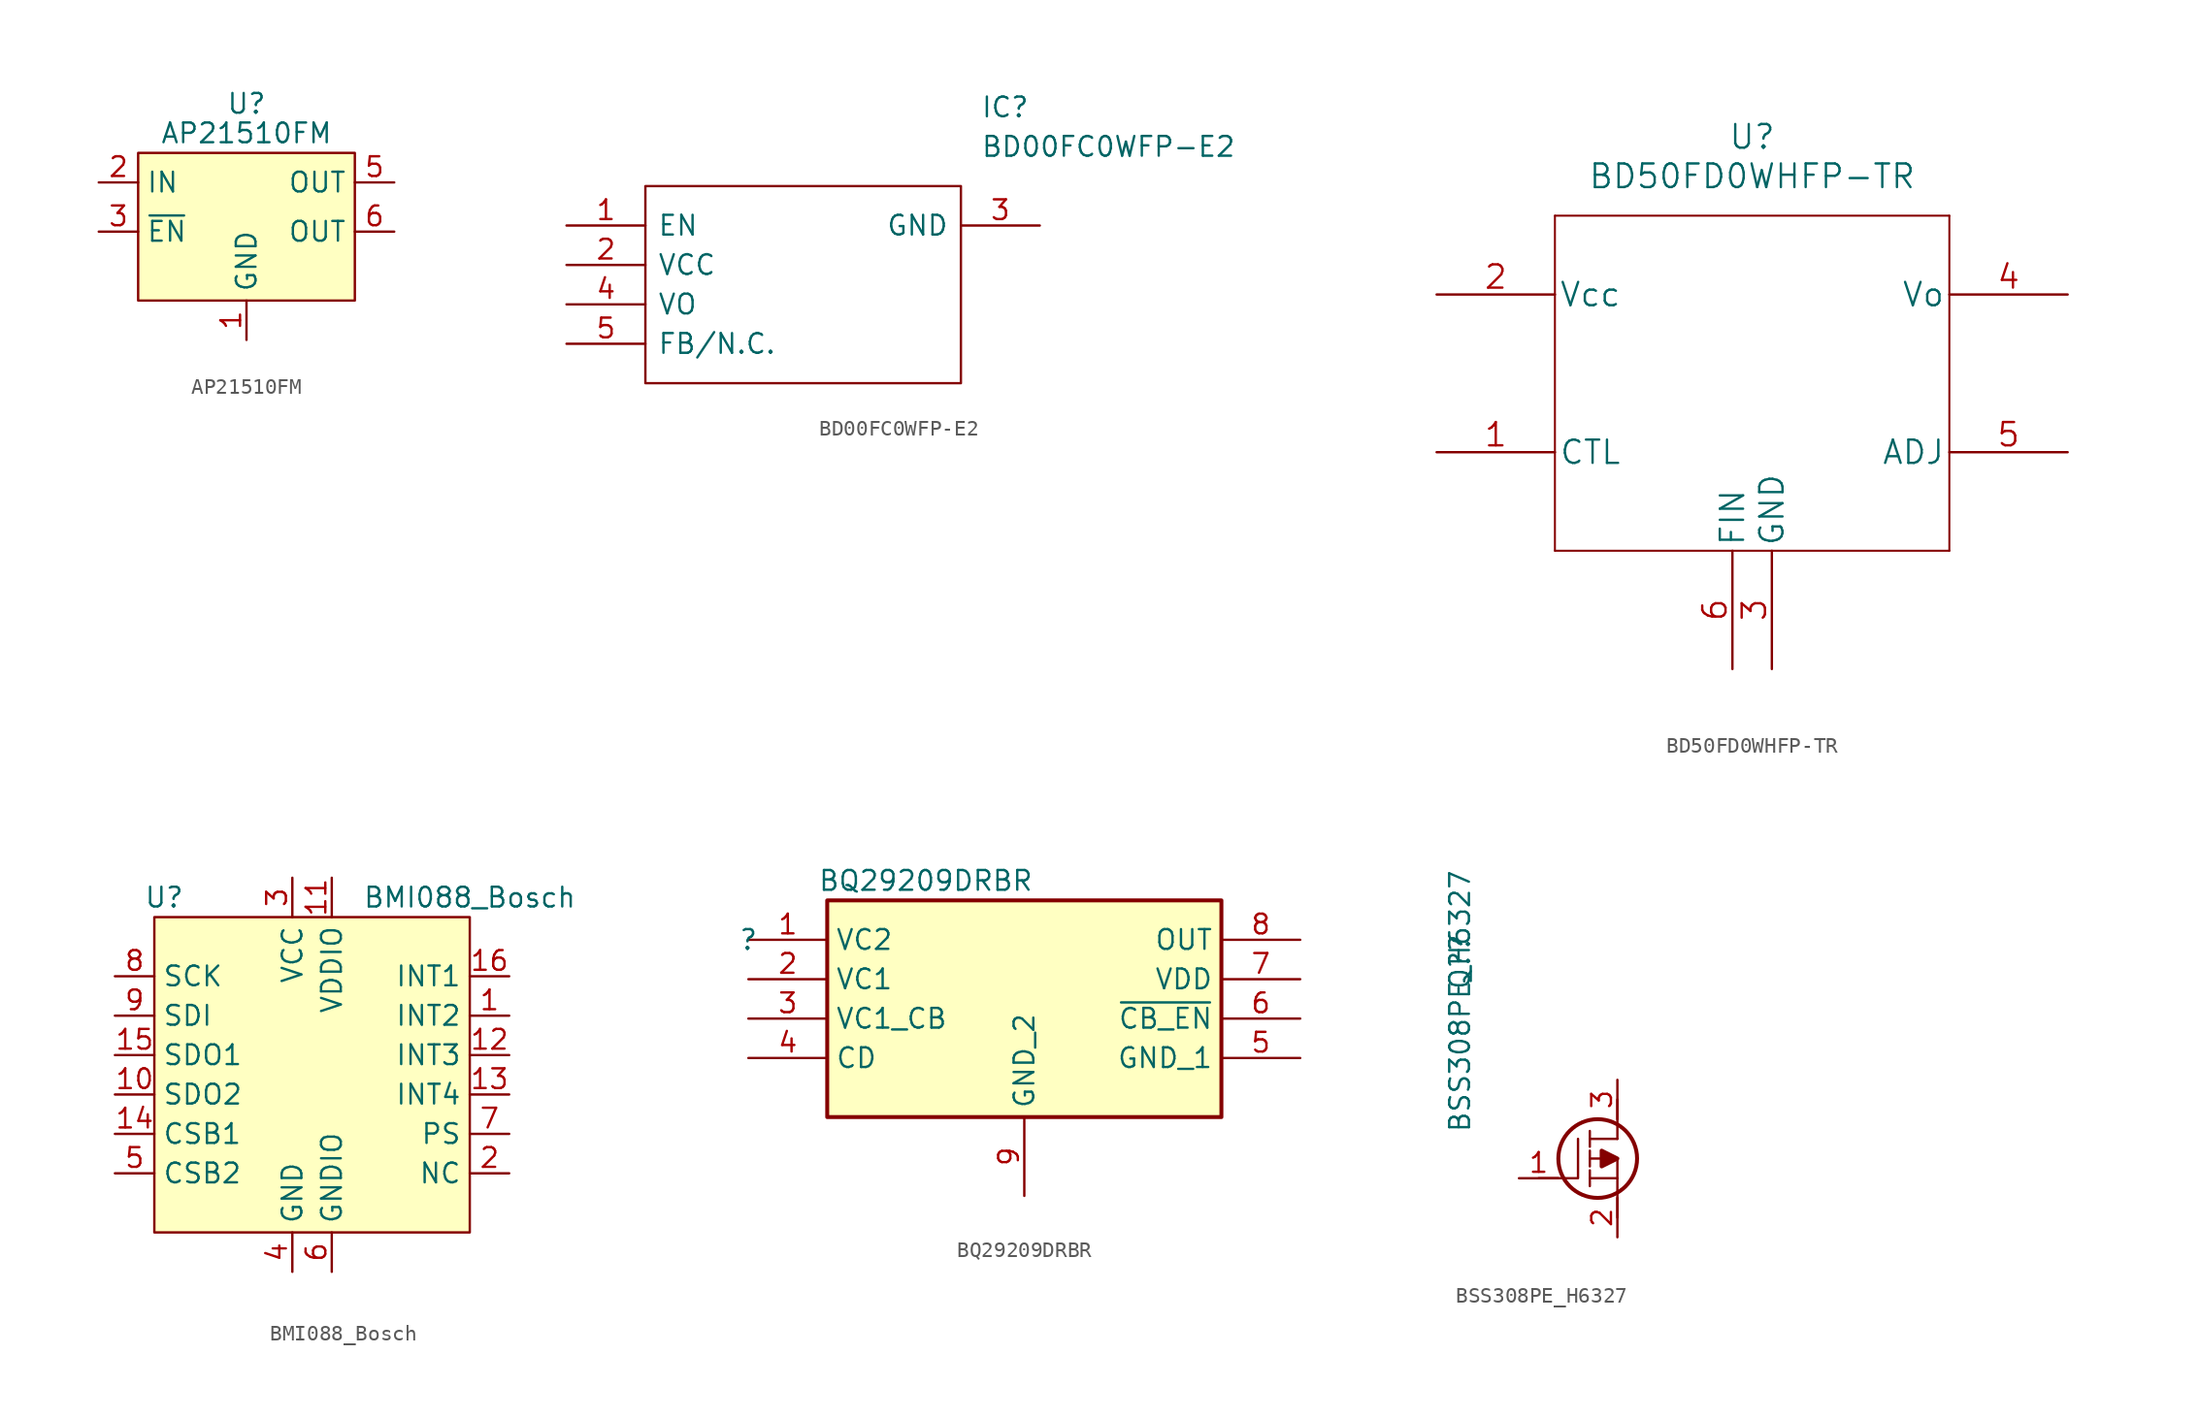
<source format=kicad_sym>
(kicad_symbol_lib
  (version 20220914)
  (generator kicad_symbol_editor)
  (symbol "AP21510FM"
    (property "Reference" "U"
      (at 0 5.08 0)
      (effects (font (size 1.27 1.27))))
    (property "Value" "AP21510FM"
      (at 0 3.175 0)
      (effects (font (size 1.27 1.27))))
    (symbol "AP21510FM_0_1"
      (rectangle (start -6.985 1.905) (end 6.985 -7.62) (stroke (width 0) (type default)) (fill (type background))))
    (symbol "AP21510FM_1_1"
      (pin power_in line (at 0 -10.16 90) (length 2.54) (name "GND" (effects (font (size 1.27 1.27)))) (number "1" (effects (font (size 1.27 1.27)))))
      (pin power_in line (at -9.525 0 0) (length 2.54) (name "IN" (effects (font (size 1.27 1.27)))) (number "2" (effects (font (size 1.27 1.27)))))
      (pin input line (at -9.525 -3.175 0) (length 2.54) (name "~{EN}" (effects (font (size 1.27 1.27)))) (number "3" (effects (font (size 1.27 1.27)))))
      (pin power_out line (at 9.525 0 180) (length 2.54) (name "OUT" (effects (font (size 1.27 1.27)))) (number "5" (effects (font (size 1.27 1.27)))))
      (pin power_out line (at 9.525 -3.175 180) (length 2.54) (name "OUT" (effects (font (size 1.27 1.27)))) (number "6" (effects (font (size 1.27 1.27)))))))
  (symbol "BD00FC0WFP-E2"
    (pin_names
      (offset 0.762))
    (property "Reference" "IC"
      (at 26.67 7.62 0)
      (effects (font (size 1.27 1.27)) (justify left)))
    (property "Value" "BD00FC0WFP-E2"
      (at 26.67 5.08 0)
      (effects (font (size 1.27 1.27)) (justify left)))
    (symbol "BD00FC0WFP-E2_0_0"
      (pin passive line (at 0 0 0) (length 5.08) (name "EN" (effects (font (size 1.27 1.27)))) (number "1" (effects (font (size 1.27 1.27)))))
      (pin passive line (at 0 -2.54 0) (length 5.08) (name "VCC" (effects (font (size 1.27 1.27)))) (number "2" (effects (font (size 1.27 1.27)))))
      (pin passive line (at 30.48 0 180) (length 5.08) (name "GND" (effects (font (size 1.27 1.27)))) (number "3" (effects (font (size 1.27 1.27)))))
      (pin passive line (at 0 -5.08 0) (length 5.08) (name "VO" (effects (font (size 1.27 1.27)))) (number "4" (effects (font (size 1.27 1.27)))))
      (pin passive line (at 0 -7.62 0) (length 5.08) (name "FB/N.C." (effects (font (size 1.27 1.27)))) (number "5" (effects (font (size 1.27 1.27))))))
    (symbol "BD00FC0WFP-E2_0_1"
      (polyline (pts (xy 5.08 2.54) (xy 25.4 2.54) (xy 25.4 -10.16) (xy 5.08 -10.16) (xy 5.08 2.54)) (stroke (width 0.152) (type default)) (fill (type none)))))
  (symbol "BD50FD0WHFP-TR"
    (pin_names
      (offset 0.254))
    (property "Reference" "U"
      (at 20.32 12.7 0)
      (effects (font (size 1.524 1.524))))
    (property "Value" "BD50FD0WHFP-TR"
      (at 20.32 10.16 0)
      (effects (font (size 1.524 1.524))))
    (property "Datasheet" ""
      (at 0 0 0)
      (effects (font (size 1.524 1.524))))
    (property "ki_locked" ""
      (at 0 0 0)
      (effects (font (size 1.27 1.27))))
    (symbol "BD50FD0WHFP-TR_1_1"
      (polyline (pts (xy 7.62 -13.97) (xy 33.02 -13.97)) (stroke (width 0.127) (type default)) (fill (type none)))
      (polyline (pts (xy 7.62 7.62) (xy 7.62 -13.97)) (stroke (width 0.127) (type default)) (fill (type none)))
      (polyline (pts (xy 33.02 -13.97) (xy 33.02 7.62)) (stroke (width 0.127) (type default)) (fill (type none)))
      (polyline (pts (xy 33.02 7.62) (xy 7.62 7.62)) (stroke (width 0.127) (type default)) (fill (type none)))
      (pin unspecified line (at 0 -7.62 0) (length 7.62) (name "CTL" (effects (font (size 1.499 1.499)))) (number "1" (effects (font (size 1.499 1.499)))))
      (pin power_in line (at 0 2.54 0) (length 7.62) (name "Vcc" (effects (font (size 1.499 1.499)))) (number "2" (effects (font (size 1.499 1.499)))))
      (pin power_in line (at 21.59 -21.59 90) (length 7.62) (name "GND" (effects (font (size 1.499 1.499)))) (number "3" (effects (font (size 1.499 1.499)))))
      (pin unspecified line (at 40.64 2.54 180) (length 7.62) (name "Vo" (effects (font (size 1.499 1.499)))) (number "4" (effects (font (size 1.499 1.499)))))
      (pin unspecified line (at 40.64 -7.62 180) (length 7.62) (name "ADJ" (effects (font (size 1.499 1.499)))) (number "5" (effects (font (size 1.499 1.499)))))
      (pin unspecified line (at 19.05 -21.59 90) (length 7.62) (name "FIN" (effects (font (size 1.499 1.499)))) (number "6" (effects (font (size 1.499 1.499)))))))
  (symbol "BMI088_Bosch"
    (property "Reference" "U"
      (at -9.525 11.43 0)
      (effects (font (size 1.27 1.27))))
    (property "Value" "BMI088_Bosch"
      (at 10.16 11.43 0)
      (effects (font (size 1.27 1.27))))
    (symbol "BMI088_Bosch_0_1"
      (rectangle (start -10.16 10.16) (end 10.16 -10.16) (stroke (width 0) (type default)) (fill (type background))))
    (symbol "BMI088_Bosch_1_1"
      (pin bidirectional line (at 12.7 3.81 180) (length 2.54) (name "INT2" (effects (font (size 1.27 1.27)))) (number "1" (effects (font (size 1.27 1.27)))))
      (pin output line (at -12.7 -1.27 0) (length 2.54) (name "SDO2" (effects (font (size 1.27 1.27)))) (number "10" (effects (font (size 1.27 1.27)))))
      (pin power_in line (at 1.27 12.7 270) (length 2.54) (name "VDDIO" (effects (font (size 1.27 1.27)))) (number "11" (effects (font (size 1.27 1.27)))))
      (pin output line (at 12.7 1.27 180) (length 2.54) (name "INT3" (effects (font (size 1.27 1.27)))) (number "12" (effects (font (size 1.27 1.27)))))
      (pin output line (at 12.7 -1.27 180) (length 2.54) (name "INT4" (effects (font (size 1.27 1.27)))) (number "13" (effects (font (size 1.27 1.27)))))
      (pin input line (at -12.7 -3.81 0) (length 2.54) (name "CSB1" (effects (font (size 1.27 1.27)))) (number "14" (effects (font (size 1.27 1.27)))))
      (pin output line (at -12.7 1.27 0) (length 2.54) (name "SDO1" (effects (font (size 1.27 1.27)))) (number "15" (effects (font (size 1.27 1.27)))))
      (pin bidirectional line (at 12.7 6.35 180) (length 2.54) (name "INT1" (effects (font (size 1.27 1.27)))) (number "16" (effects (font (size 1.27 1.27)))))
      (pin unspecified line (at 12.7 -6.35 180) (length 2.54) (name "NC" (effects (font (size 1.27 1.27)))) (number "2" (effects (font (size 1.27 1.27)))))
      (pin power_in line (at -1.27 12.7 270) (length 2.54) (name "VCC" (effects (font (size 1.27 1.27)))) (number "3" (effects (font (size 1.27 1.27)))))
      (pin power_in line (at -1.27 -12.7 90) (length 2.54) (name "GND" (effects (font (size 1.27 1.27)))) (number "4" (effects (font (size 1.27 1.27)))))
      (pin input line (at -12.7 -6.35 0) (length 2.54) (name "CSB2" (effects (font (size 1.27 1.27)))) (number "5" (effects (font (size 1.27 1.27)))))
      (pin power_in line (at 1.27 -12.7 90) (length 2.54) (name "GNDIO" (effects (font (size 1.27 1.27)))) (number "6" (effects (font (size 1.27 1.27)))))
      (pin input line (at 12.7 -3.81 180) (length 2.54) (name "PS" (effects (font (size 1.27 1.27)))) (number "7" (effects (font (size 1.27 1.27)))))
      (pin input line (at -12.7 6.35 0) (length 2.54) (name "SCK" (effects (font (size 1.27 1.27)))) (number "8" (effects (font (size 1.27 1.27)))))
      (pin input line (at -12.7 3.81 0) (length 2.54) (name "SDI" (effects (font (size 1.27 1.27)))) (number "9" (effects (font (size 1.27 1.27)))))))
  (symbol "BQ29209DRBR"
    (property "Reference" ""
      (at -16.51 5.08 0)
      (effects (font (size 1.27 1.27))))
    (property "Value" "BQ29209DRBR"
      (at -5.08 8.89 0)
      (effects (font (size 1.27 1.27))))
    (symbol "BQ29209DRBR_1_1"
      (rectangle (start -11.43 7.62) (end 13.97 -6.35) (stroke (width 0.254) (type default)) (fill (type background)))
      (pin passive line (at -16.51 5.08 0) (length 5.08) (name "VC2" (effects (font (size 1.27 1.27)))) (number "1" (effects (font (size 1.27 1.27)))))
      (pin passive line (at -16.51 2.54 0) (length 5.08) (name "VC1" (effects (font (size 1.27 1.27)))) (number "2" (effects (font (size 1.27 1.27)))))
      (pin passive line (at -16.51 0 0) (length 5.08) (name "VC1_CB" (effects (font (size 1.27 1.27)))) (number "3" (effects (font (size 1.27 1.27)))))
      (pin passive line (at -16.51 -2.54 0) (length 5.08) (name "CD" (effects (font (size 1.27 1.27)))) (number "4" (effects (font (size 1.27 1.27)))))
      (pin passive line (at 19.05 -2.54 180) (length 5.08) (name "GND_1" (effects (font (size 1.27 1.27)))) (number "5" (effects (font (size 1.27 1.27)))))
      (pin passive line (at 19.05 0 180) (length 5.08) (name "~{CB_EN}" (effects (font (size 1.27 1.27)))) (number "6" (effects (font (size 1.27 1.27)))))
      (pin passive line (at 19.05 2.54 180) (length 5.08) (name "VDD" (effects (font (size 1.27 1.27)))) (number "7" (effects (font (size 1.27 1.27)))))
      (pin passive line (at 19.05 5.08 180) (length 5.08) (name "OUT" (effects (font (size 1.27 1.27)))) (number "8" (effects (font (size 1.27 1.27)))))
      (pin passive line (at 1.27 -11.43 90) (length 5.08) (name "GND_2" (effects (font (size 1.27 1.27)))) (number "9" (effects (font (size 1.27 1.27)))))))
  (symbol "BSS308PE_H6327"
    (pin_names
      (offset 0.762))
    (property "Reference" "Q?"
      (at -2.54 15.24 90)
      (effects (font (size 1.27 1.27))))
    (property "Value" "BSS308PE_H6327"
      (at -2.54 12.7 90)
      (effects (font (size 1.27 1.27))))
    (symbol "BSS308PE_H6327_0_0"
      (pin passive line (at 1.27 1.27 0) (length 2.54) (name "~" (effects (font (size 1.27 1.27)))) (number "1" (effects (font (size 1.27 1.27)))))
      (pin passive line (at 7.62 -2.54 90) (length 2.54) (name "~" (effects (font (size 1.27 1.27)))) (number "2" (effects (font (size 1.27 1.27)))))
      (pin passive line (at 7.62 7.62 270) (length 2.54) (name "~" (effects (font (size 1.27 1.27)))) (number "3" (effects (font (size 1.27 1.27))))))
    (symbol "BSS308PE_H6327_0_1"
      (polyline (pts (xy 5.842 0.762) (xy 5.842 1.778)) (stroke (width 0.152) (type default)) (fill (type none)))
      (polyline (pts (xy 5.842 1.27) (xy 7.62 1.27)) (stroke (width 0.152) (type default)) (fill (type none)))
      (polyline (pts (xy 5.842 2.032) (xy 5.842 3.048)) (stroke (width 0.152) (type default)) (fill (type none)))
      (polyline (pts (xy 5.842 4.318) (xy 5.842 3.302)) (stroke (width 0.152) (type default)) (fill (type none)))
      (polyline (pts (xy 7.62 2.54) (xy 5.842 2.54)) (stroke (width 0.152) (type default)) (fill (type none)))
      (polyline (pts (xy 7.62 2.54) (xy 7.62 -1.27)) (stroke (width 0.152) (type default)) (fill (type none)))
      (polyline (pts (xy 7.62 3.81) (xy 5.842 3.81)) (stroke (width 0.152) (type default)) (fill (type none)))
      (polyline (pts (xy 7.62 3.81) (xy 7.62 6.35)) (stroke (width 0.152) (type default)) (fill (type none)))
      (polyline (pts (xy 2.54 1.27) (xy 5.08 1.27) (xy 5.08 3.81)) (stroke (width 0.152) (type default)) (fill (type none)))
      (polyline (pts (xy 7.62 2.54) (xy 6.604 3.048) (xy 6.604 2.032) (xy 7.62 2.54)) (stroke (width 0.254) (type default)) (fill (type outline)))
      (circle (center 6.35 2.54) (radius 2.54) (stroke (width 0.254) (type default)) (fill (type none))))))
</source>
